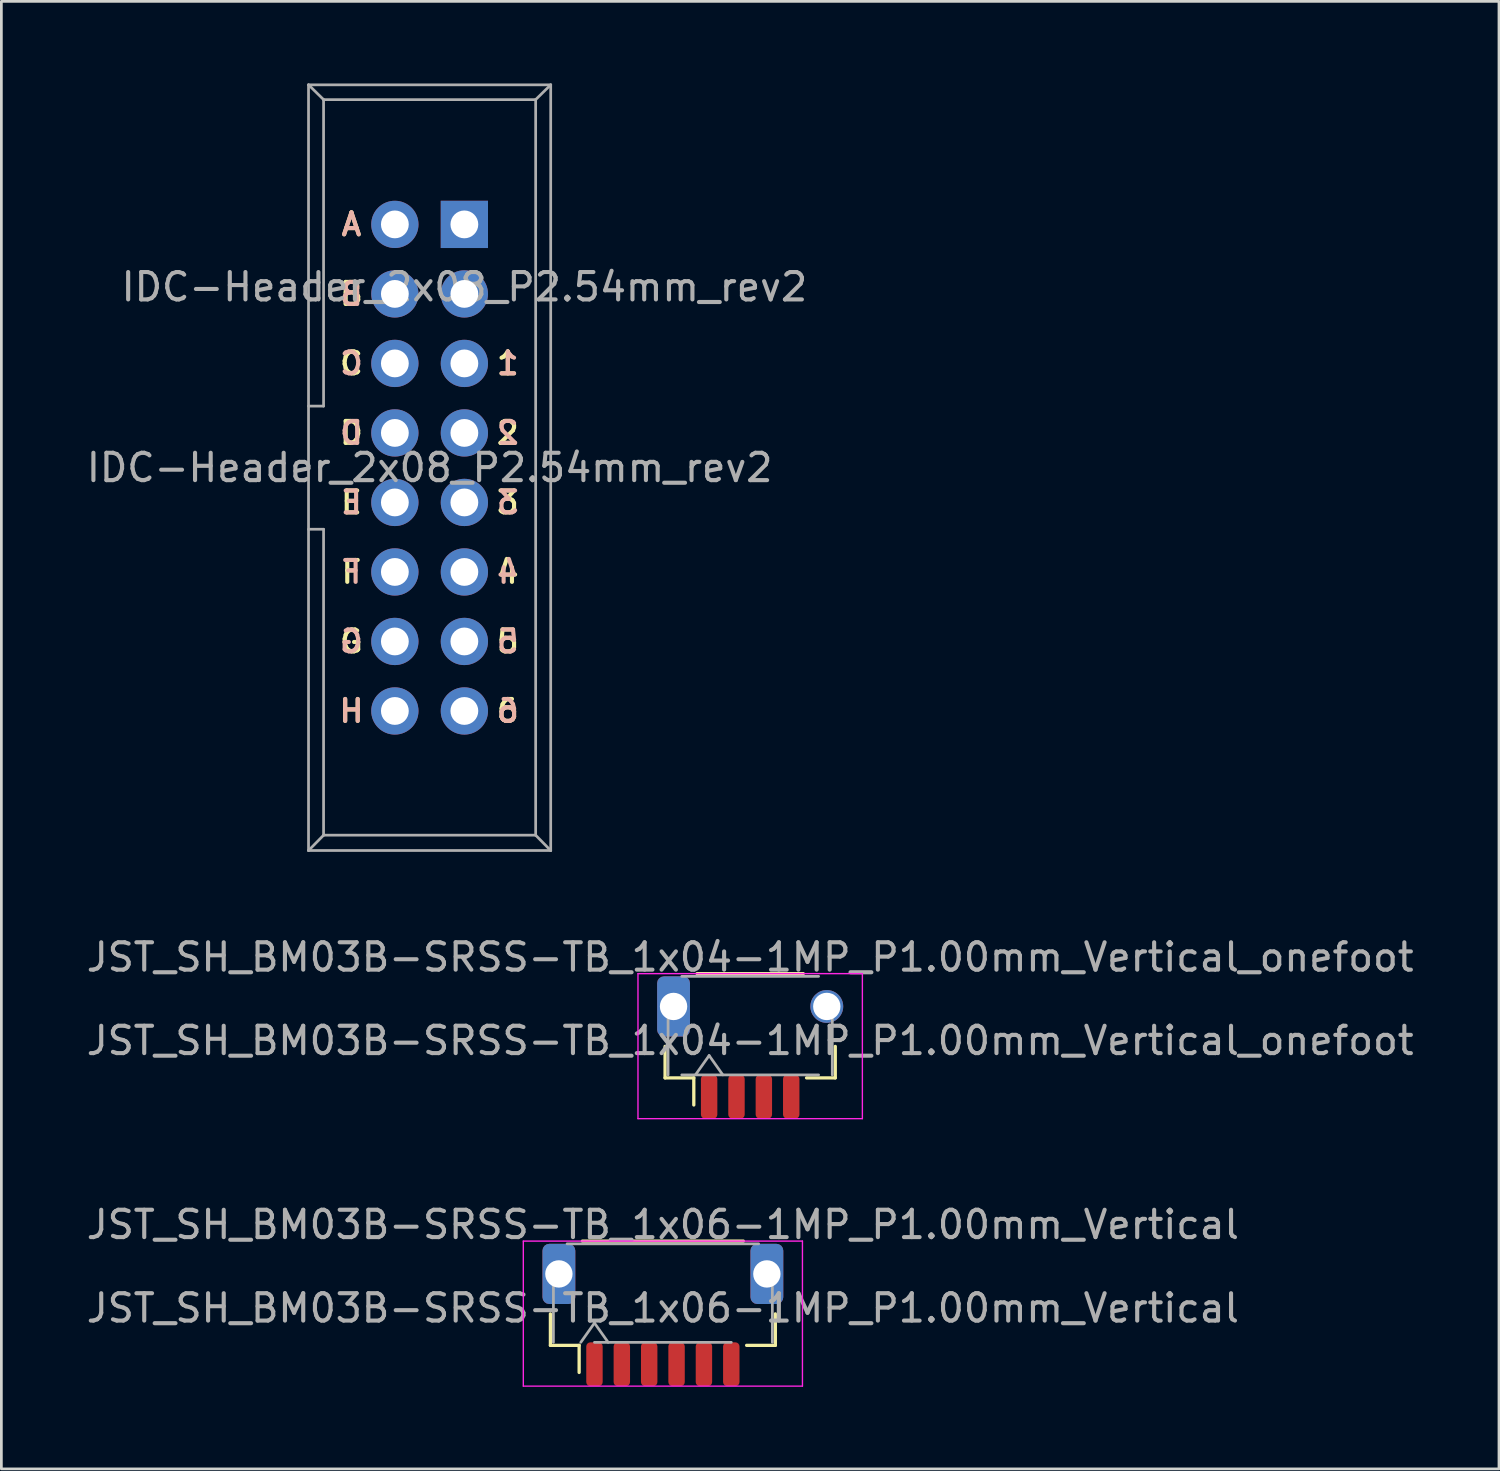
<source format=kicad_pcb>
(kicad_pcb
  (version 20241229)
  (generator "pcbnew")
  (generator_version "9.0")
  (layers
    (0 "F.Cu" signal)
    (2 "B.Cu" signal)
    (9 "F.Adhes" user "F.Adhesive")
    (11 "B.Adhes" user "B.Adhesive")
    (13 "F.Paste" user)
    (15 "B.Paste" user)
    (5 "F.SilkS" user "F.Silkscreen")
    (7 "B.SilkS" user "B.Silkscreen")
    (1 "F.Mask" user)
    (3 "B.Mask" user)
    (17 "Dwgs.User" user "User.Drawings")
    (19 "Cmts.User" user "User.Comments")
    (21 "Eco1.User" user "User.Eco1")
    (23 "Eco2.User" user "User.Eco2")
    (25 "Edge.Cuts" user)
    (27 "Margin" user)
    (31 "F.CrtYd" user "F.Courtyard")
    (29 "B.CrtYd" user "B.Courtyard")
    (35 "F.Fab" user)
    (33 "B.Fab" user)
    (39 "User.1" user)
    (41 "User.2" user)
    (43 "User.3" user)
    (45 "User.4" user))
  (footprint "JST_SH_BM03B-SRSS-TB_1x04-1MP_P1.00mm_Vertical_onefoot"
    (layer "F.Cu")
    (at 24.363 35.228)
    (property "Reference" "JST_SH_BM03B-SRSS-TB_1x04-1MP_P1.00mm_Vertical_onefoot" (at 0 -3.3 180) (layer "F.Fab") (effects (font (size 1 1) (thickness 0.15))))
    (attr smd)
    (fp_line (start -3.11 -0.04) (end -3.11 1.11) (stroke (width 0.12) (type solid)) (layer "F.SilkS"))
    (fp_line (start -3.11 1.11) (end -2.06 1.11) (stroke (width 0.12) (type solid)) (layer "F.SilkS"))
    (fp_line (start -2.06 1.11) (end -2.06 2.1) (stroke (width 0.12) (type solid)) (layer "F.SilkS"))
    (fp_line (start -1.94 -2.7) (end 1.94 -2.7) (stroke (width 0.12) (type solid)) (layer "F.SilkS"))
    (fp_line (start 3.11 -0.04) (end 3.11 1.11) (stroke (width 0.12) (type solid)) (layer "F.SilkS"))
    (fp_line (start 3.11 1.11) (end 2.06 1.11) (stroke (width 0.12) (type solid)) (layer "F.SilkS"))
    (fp_line (start -4.1 -2.7) (end -4.1 2.6) (stroke (width 0.05) (type solid)) (layer "F.CrtYd"))
    (fp_line (start -4.1 2.6) (end 4.1 2.6) (stroke (width 0.05) (type solid)) (layer "F.CrtYd"))
    (fp_line (start 4.1 -2.7) (end -4.1 -2.7) (stroke (width 0.05) (type solid)) (layer "F.CrtYd"))
    (fp_line (start 4.1 2.6) (end 4.1 -2.7) (stroke (width 0.05) (type solid)) (layer "F.CrtYd"))
    (fp_line (start -3 1) (end -3 -1.9) (stroke (width 0.1) (type solid)) (layer "F.Fab"))
    (fp_line (start -2.5 -2.6) (end 2.5 -2.6) (stroke (width 0.1) (type solid)) (layer "F.Fab"))
    (fp_line (start -2.5 1) (end 2.5 1) (stroke (width 0.1) (type solid)) (layer "F.Fab"))
    (fp_line (start -2 1) (end -1.5 0.293) (stroke (width 0.1) (type solid)) (layer "F.Fab"))
    (fp_line (start -1.5 0.293) (end -1 1) (stroke (width 0.1) (type solid)) (layer "F.Fab"))
    (fp_line (start 3 1) (end 3 -1.9) (stroke (width 0.1) (type solid)) (layer "F.Fab"))
    (fp_text user "${REFERENCE}" (at 0 -0.25 180) (layer "F.Fab") (effects (font (size 1 1) (thickness 0.15))))
    (pad "" np_thru_hole circle (at 2.8 -1.5) (size 1.2 1.2) (drill 1) (layers "*.Cu" "*.Mask"))
    (pad "1" smd roundrect (at -1.5 1.8) (size 0.6 1.6) (layers "F.Cu" "F.Mask" "F.Paste") (roundrect_rratio 0.25))
    (pad "2" smd roundrect (at -0.5 1.8) (size 0.6 1.6) (layers "F.Cu" "F.Mask" "F.Paste") (roundrect_rratio 0.25))
    (pad "3" smd roundrect (at 0.5 1.8) (size 0.6 1.6) (layers "F.Cu" "F.Mask" "F.Paste") (roundrect_rratio 0.25))
    (pad "4" smd roundrect (at 1.5 1.8) (size 0.6 1.6) (layers "F.Cu" "F.Mask" "F.Paste") (roundrect_rratio 0.25))
    (pad "MP" thru_hole roundrect (at -2.8 -1.5) (size 1.2 2.2) (drill 1) (layers "*.Cu" "*.Mask") (roundrect_rratio 0.208)))
  (footprint "JST_SH_BM03B-SRSS-TB_1x06-1MP_P1.00mm_Vertical"
    (layer "F.Cu")
    (at 21.173 45.002)
    (property "Reference" "JST_SH_BM03B-SRSS-TB_1x06-1MP_P1.00mm_Vertical" (at 0 -3.3 0) (layer "F.Fab") (effects (font (size 1 1) (thickness 0.15))))
    (attr smd)
    (fp_line (start -4.11 -0.04) (end -4.11 1.11) (stroke (width 0.12) (type solid)) (layer "F.SilkS"))
    (fp_line (start -4.11 1.11) (end -3.06 1.11) (stroke (width 0.12) (type solid)) (layer "F.SilkS"))
    (fp_line (start -3.06 1.11) (end -3.06 2.1) (stroke (width 0.12) (type solid)) (layer "F.SilkS"))
    (fp_line (start -2.94 -2.7) (end 2.94 -2.7) (stroke (width 0.12) (type solid)) (layer "F.SilkS"))
    (fp_line (start 4.11 -0.04) (end 4.11 1.11) (stroke (width 0.12) (type solid)) (layer "F.SilkS"))
    (fp_line (start 4.11 1.11) (end 3.06 1.11) (stroke (width 0.12) (type solid)) (layer "F.SilkS"))
    (fp_line (start -5.1 -2.7) (end -5.1 2.6) (stroke (width 0.05) (type solid)) (layer "F.CrtYd"))
    (fp_line (start -5.1 2.6) (end 5.1 2.6) (stroke (width 0.05) (type solid)) (layer "F.CrtYd"))
    (fp_line (start 5.1 -2.7) (end -5.1 -2.7) (stroke (width 0.05) (type solid)) (layer "F.CrtYd"))
    (fp_line (start 5.1 2.6) (end 5.1 -2.7) (stroke (width 0.05) (type solid)) (layer "F.CrtYd"))
    (fp_line (start -4 1) (end -4 -1.9) (stroke (width 0.1) (type solid)) (layer "F.Fab"))
    (fp_line (start -3.5 -2.6) (end 3.5 -2.6) (stroke (width 0.1) (type solid)) (layer "F.Fab"))
    (fp_line (start -3 1) (end -2.5 0.293) (stroke (width 0.1) (type solid)) (layer "F.Fab"))
    (fp_line (start -2.5 0.293) (end -2 1) (stroke (width 0.1) (type solid)) (layer "F.Fab"))
    (fp_line (start -2.5 1) (end 2.5 1) (stroke (width 0.1) (type solid)) (layer "F.Fab"))
    (fp_line (start 4 1) (end 4 -1.9) (stroke (width 0.1) (type solid)) (layer "F.Fab"))
    (fp_text user "${REFERENCE}" (at 0 -0.25 0) (layer "F.Fab") (effects (font (size 1 1) (thickness 0.15))))
    (pad "1" smd roundrect (at -2.5 1.8) (size 0.6 1.6) (layers "F.Cu" "F.Mask" "F.Paste") (roundrect_rratio 0.25))
    (pad "2" smd roundrect (at -1.5 1.8) (size 0.6 1.6) (layers "F.Cu" "F.Mask" "F.Paste") (roundrect_rratio 0.25))
    (pad "3" smd roundrect (at -0.5 1.8) (size 0.6 1.6) (layers "F.Cu" "F.Mask" "F.Paste") (roundrect_rratio 0.25))
    (pad "4" smd roundrect (at 0.5 1.8) (size 0.6 1.6) (layers "F.Cu" "F.Mask" "F.Paste") (roundrect_rratio 0.25))
    (pad "5" smd roundrect (at 1.5 1.8) (size 0.6 1.6) (layers "F.Cu" "F.Mask" "F.Paste") (roundrect_rratio 0.25))
    (pad "6" smd roundrect (at 2.5 1.8) (size 0.6 1.6) (layers "F.Cu" "F.Mask" "F.Paste") (roundrect_rratio 0.25))
    (pad "MP" thru_hole roundrect (at -3.8 -1.5) (size 1.2 2.2) (drill 1) (layers "*.Cu" "*.Mask") (roundrect_rratio 0.208))
    (pad "MP" thru_hole roundrect (at 3.8 -1.5) (size 1.2 2.2) (drill 1) (layers "*.Cu" "*.Mask") (roundrect_rratio 0.208)))
  (footprint "IDC-Header_2x08_P2.54mm_rev2"
    (layer "F.Cu")
    (at 12.649 14.04)
    (property "Reference" "IDC-Header_2x08_P2.54mm_rev2" (at 1.27 -6.604 0) (layer "F.Fab") (effects (font (size 1 1) (thickness 0.15))))
    (attr through_hole)
    (fp_line (start -4.425 -13.99) (end -4.425 13.99) (stroke (width 0.1) (type solid)) (layer "F.Fab"))
    (fp_line (start -4.425 -13.99) (end -3.875 -13.45) (stroke (width 0.1) (type solid)) (layer "F.Fab"))
    (fp_line (start -4.425 13.99) (end -3.875 13.43) (stroke (width 0.1) (type solid)) (layer "F.Fab"))
    (fp_line (start -3.875 -13.45) (end -3.875 -2.25) (stroke (width 0.1) (type solid)) (layer "F.Fab"))
    (fp_line (start -3.875 -2.25) (end -4.425 -2.25) (stroke (width 0.1) (type solid)) (layer "F.Fab"))
    (fp_line (start -3.875 2.25) (end -4.425 2.25) (stroke (width 0.1) (type solid)) (layer "F.Fab"))
    (fp_line (start -3.875 2.25) (end -3.875 13.43) (stroke (width 0.1) (type solid)) (layer "F.Fab"))
    (fp_line (start 3.875 -13.45) (end -3.875 -13.45) (stroke (width 0.1) (type solid)) (layer "F.Fab"))
    (fp_line (start 3.875 -13.45) (end 3.875 13.43) (stroke (width 0.1) (type solid)) (layer "F.Fab"))
    (fp_line (start 3.875 13.43) (end -3.875 13.43) (stroke (width 0.1) (type solid)) (layer "F.Fab"))
    (fp_line (start 4.425 -13.99) (end -4.425 -13.99) (stroke (width 0.1) (type solid)) (layer "F.Fab"))
    (fp_line (start 4.425 -13.99) (end 3.875 -13.45) (stroke (width 0.1) (type solid)) (layer "F.Fab"))
    (fp_line (start 4.425 -13.99) (end 4.425 13.99) (stroke (width 0.1) (type solid)) (layer "F.Fab"))
    (fp_line (start 4.425 13.99) (end -4.425 13.99) (stroke (width 0.1) (type solid)) (layer "F.Fab"))
    (fp_line (start 4.425 13.99) (end 3.875 13.43) (stroke (width 0.1) (type solid)) (layer "F.Fab"))
    (fp_text user "3" (at 2.857 1.27 0) (unlocked yes) (layer "F.SilkS") (effects (font (size 0.8 0.8) (thickness 0.15))))
    (fp_text user "E" (at -2.857 1.27 0) (unlocked yes) (layer "F.SilkS") (effects (font (size 0.8 0.8) (thickness 0.15))))
    (fp_text user "F" (at -2.857 3.81 0) (unlocked yes) (layer "F.SilkS") (effects (font (size 0.8 0.8) (thickness 0.15))))
    (fp_text user "H" (at -2.857 8.89 0) (unlocked yes) (layer "F.SilkS") (effects (font (size 0.8 0.8) (thickness 0.15))))
    (fp_text user "6" (at 2.857 8.89 0) (unlocked yes) (layer "F.SilkS") (effects (font (size 0.8 0.8) (thickness 0.15))))
    (fp_text user "C" (at -2.857 -3.81 0) (unlocked yes) (layer "F.SilkS") (effects (font (size 0.8 0.8) (thickness 0.15))))
    (fp_text user "2" (at 2.857 -1.27 0) (unlocked yes) (layer "F.SilkS") (effects (font (size 0.8 0.8) (thickness 0.15))))
    (fp_text user "D" (at -2.857 -1.27 0) (unlocked yes) (layer "F.SilkS") (effects (font (size 0.8 0.8) (thickness 0.15))))
    (fp_text user "G" (at -2.857 6.35 0) (unlocked yes) (layer "F.SilkS") (effects (font (size 0.8 0.8) (thickness 0.15))))
    (fp_text user "B" (at -2.857 -6.35 0) (unlocked yes) (layer "F.SilkS") (effects (font (size 0.8 0.8) (thickness 0.15))))
    (fp_text user "1" (at 2.857 -3.81 0) (unlocked yes) (layer "F.SilkS") (effects (font (size 0.8 0.8) (thickness 0.15))))
    (fp_text user "5" (at 2.857 6.35 0) (unlocked yes) (layer "F.SilkS") (effects (font (size 0.8 0.8) (thickness 0.15))))
    (fp_text user "A" (at -2.857 -8.89 0) (unlocked yes) (layer "F.SilkS") (effects (font (size 0.8 0.8) (thickness 0.15))))
    (fp_text user "4" (at 2.857 3.81 0) (unlocked yes) (layer "F.SilkS") (effects (font (size 0.8 0.8) (thickness 0.15))))
    (fp_text user "4" (at 2.857 3.81 0) (unlocked yes) (layer "B.SilkS") (effects (font (size 0.8 0.8) (thickness 0.15)) (justify mirror)))
    (fp_text user "2" (at 2.857 -1.27 0) (unlocked yes) (layer "B.SilkS") (effects (font (size 0.8 0.8) (thickness 0.15)) (justify mirror)))
    (fp_text user "D" (at -2.857 -1.27 0) (unlocked yes) (layer "B.SilkS") (effects (font (size 0.8 0.8) (thickness 0.15)) (justify mirror)))
    (fp_text user "5" (at 2.857 6.35 0) (unlocked yes) (layer "B.SilkS") (effects (font (size 0.8 0.8) (thickness 0.15)) (justify mirror)))
    (fp_text user "B" (at -2.857 -6.35 0) (unlocked yes) (layer "B.SilkS") (effects (font (size 0.8 0.8) (thickness 0.15)) (justify mirror)))
    (fp_text user "1" (at 2.857 -3.81 0) (unlocked yes) (layer "B.SilkS") (effects (font (size 0.8 0.8) (thickness 0.15)) (justify mirror)))
    (fp_text user "3" (at 2.857 1.27 0) (unlocked yes) (layer "B.SilkS") (effects (font (size 0.8 0.8) (thickness 0.15)) (justify mirror)))
    (fp_text user "E" (at -2.857 1.27 0) (unlocked yes) (layer "B.SilkS") (effects (font (size 0.8 0.8) (thickness 0.15)) (justify mirror)))
    (fp_text user "6" (at 2.857 8.89 0) (unlocked yes) (layer "B.SilkS") (effects (font (size 0.8 0.8) (thickness 0.15)) (justify mirror)))
    (fp_text user "G" (at -2.857 6.35 0) (unlocked yes) (layer "B.SilkS") (effects (font (size 0.8 0.8) (thickness 0.15)) (justify mirror)))
    (fp_text user "F" (at -2.857 3.81 0) (unlocked yes) (layer "B.SilkS") (effects (font (size 0.8 0.8) (thickness 0.15)) (justify mirror)))
    (fp_text user "A" (at -2.857 -8.89 0) (unlocked yes) (layer "B.SilkS") (effects (font (size 0.8 0.8) (thickness 0.15)) (justify mirror)))
    (fp_text user "C" (at -2.857 -3.81 0) (unlocked yes) (layer "B.SilkS") (effects (font (size 0.8 0.8) (thickness 0.15)) (justify mirror)))
    (fp_text user "H" (at -2.857 8.89 0) (unlocked yes) (layer "B.SilkS") (effects (font (size 0.8 0.8) (thickness 0.15)) (justify mirror)))
    (fp_text user "${REFERENCE}" (at 0 0 0) (layer "F.Fab") (effects (font (size 1 1) (thickness 0.15))))
    (pad "1" thru_hole oval (at -1.27 -8.89) (size 1.727 1.727) (drill 1.016) (layers "*.Cu" "*.Mask"))
    (pad "2" thru_hole oval (at -1.27 -6.35) (size 1.727 1.727) (drill 1.016) (layers "*.Cu" "*.Mask"))
    (pad "3" thru_hole oval (at -1.27 -3.81) (size 1.727 1.727) (drill 1.016) (layers "*.Cu" "*.Mask"))
    (pad "4" thru_hole oval (at -1.27 -1.27) (size 1.727 1.727) (drill 1.016) (layers "*.Cu" "*.Mask"))
    (pad "5" thru_hole oval (at -1.27 1.27) (size 1.727 1.727) (drill 1.016) (layers "*.Cu" "*.Mask"))
    (pad "6" thru_hole oval (at -1.27 3.81) (size 1.727 1.727) (drill 1.016) (layers "*.Cu" "*.Mask"))
    (pad "7" thru_hole oval (at -1.27 6.35) (size 1.727 1.727) (drill 1.016) (layers "*.Cu" "*.Mask"))
    (pad "8" thru_hole oval (at -1.27 8.89) (size 1.727 1.727) (drill 1.016) (layers "*.Cu" "*.Mask"))
    (pad "9" thru_hole rect (at 1.27 -8.89) (size 1.727 1.727) (drill 1.016) (layers "*.Cu" "*.Mask"))
    (pad "10" thru_hole oval (at 1.27 -6.35) (size 1.727 1.727) (drill 1.016) (layers "*.Cu" "*.Mask"))
    (pad "11" thru_hole oval (at 1.27 -3.81) (size 1.727 1.727) (drill 1.016) (layers "*.Cu" "*.Mask"))
    (pad "12" thru_hole oval (at 1.27 -1.27) (size 1.727 1.727) (drill 1.016) (layers "*.Cu" "*.Mask"))
    (pad "13" thru_hole oval (at 1.27 1.27) (size 1.727 1.727) (drill 1.016) (layers "*.Cu" "*.Mask"))
    (pad "14" thru_hole oval (at 1.27 3.81) (size 1.727 1.727) (drill 1.016) (layers "*.Cu" "*.Mask"))
    (pad "15" thru_hole oval (at 1.27 6.35) (size 1.727 1.727) (drill 1.016) (layers "*.Cu" "*.Mask"))
    (pad "16" thru_hole oval (at 1.27 8.89) (size 1.727 1.727) (drill 1.016) (layers "*.Cu" "*.Mask")))
  (gr_rect
    (start -3 -3)
    (end 51.726 50.627)
    (stroke (width 0.1) (type default))
    (fill no)
    (layer "Edge.Cuts")))
</source>
